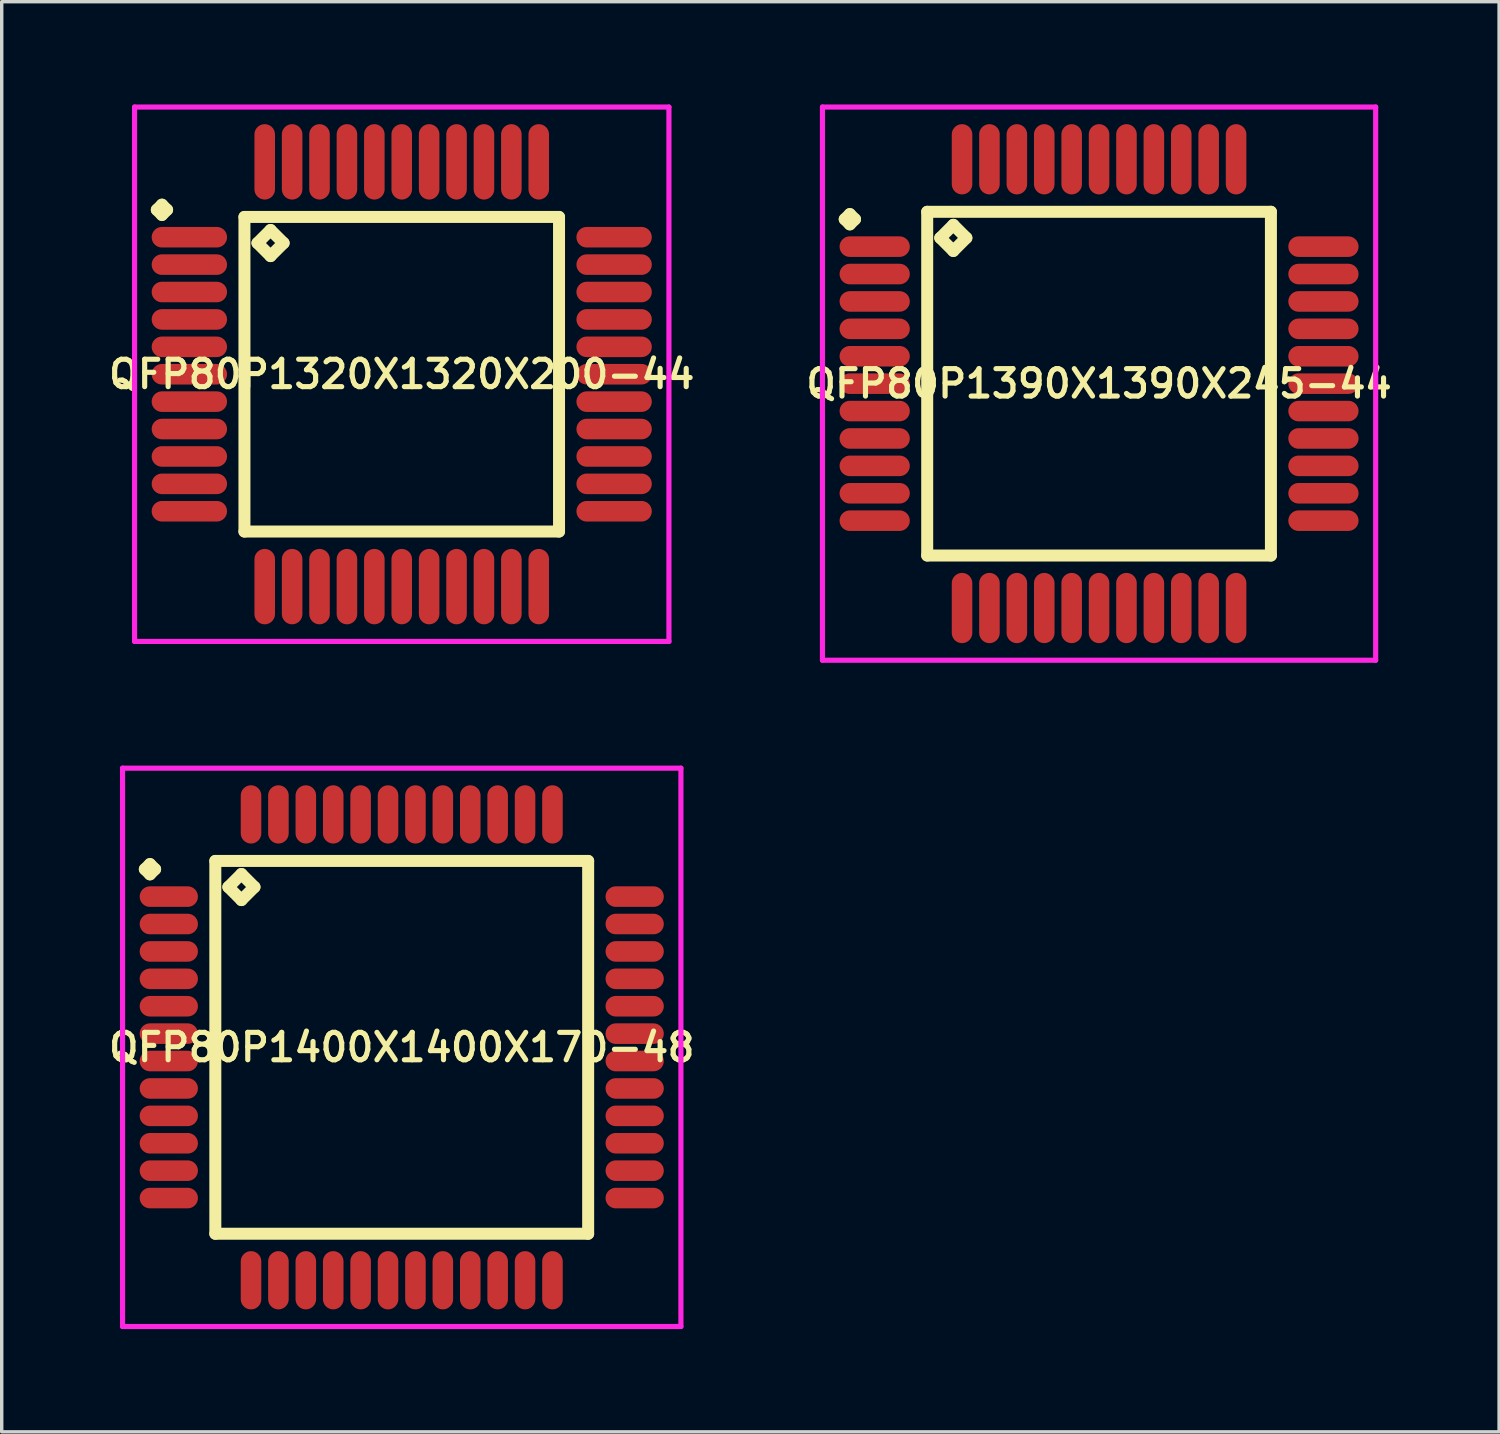
<source format=kicad_pcb>
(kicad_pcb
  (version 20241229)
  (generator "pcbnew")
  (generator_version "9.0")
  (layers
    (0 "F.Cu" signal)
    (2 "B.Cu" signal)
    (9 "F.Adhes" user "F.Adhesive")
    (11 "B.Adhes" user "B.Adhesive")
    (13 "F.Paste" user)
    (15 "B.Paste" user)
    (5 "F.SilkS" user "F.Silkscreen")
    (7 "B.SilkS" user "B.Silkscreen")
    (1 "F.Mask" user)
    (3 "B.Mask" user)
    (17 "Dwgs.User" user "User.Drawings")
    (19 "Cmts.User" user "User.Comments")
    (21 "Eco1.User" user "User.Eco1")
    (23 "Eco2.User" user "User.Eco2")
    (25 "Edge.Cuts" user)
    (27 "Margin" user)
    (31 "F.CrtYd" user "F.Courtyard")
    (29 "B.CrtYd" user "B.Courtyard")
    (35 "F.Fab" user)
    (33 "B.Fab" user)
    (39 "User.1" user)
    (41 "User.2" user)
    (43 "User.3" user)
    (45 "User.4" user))
  (footprint "QFP80P1400X1400X170-48"
    (layer "F.Cu")
    (at 8.678 27.525)
    (property "Reference" "QFP80P1400X1400X170-48" (at 0 0 0) (layer "F.SilkS") (effects (font (size 0.8 0.8) (thickness 0.15))))
    (attr smd)
    (fp_line (start -7.5 -5.2) (end -7.35 -5.35) (stroke (width 0.35) (type solid)) (layer "F.SilkS"))
    (fp_line (start -7.35 -5.35) (end -7.2 -5.2) (stroke (width 0.35) (type solid)) (layer "F.SilkS"))
    (fp_line (start -7.35 -5.05) (end -7.5 -5.2) (stroke (width 0.35) (type solid)) (layer "F.SilkS"))
    (fp_line (start -7.2 -5.2) (end -7.35 -5.05) (stroke (width 0.35) (type solid)) (layer "F.SilkS"))
    (fp_line (start -5.442 -5.442) (end -5.442 5.442) (stroke (width 0.35) (type solid)) (layer "F.SilkS"))
    (fp_line (start -5.442 5.442) (end 5.442 5.442) (stroke (width 0.35) (type solid)) (layer "F.SilkS"))
    (fp_line (start -5.061 -4.68) (end -4.68 -5.061) (stroke (width 0.35) (type solid)) (layer "F.SilkS"))
    (fp_line (start -4.68 -5.061) (end -4.299 -4.68) (stroke (width 0.35) (type solid)) (layer "F.SilkS"))
    (fp_line (start -4.68 -4.299) (end -5.061 -4.68) (stroke (width 0.35) (type solid)) (layer "F.SilkS"))
    (fp_line (start -4.299 -4.68) (end -4.68 -4.299) (stroke (width 0.35) (type solid)) (layer "F.SilkS"))
    (fp_line (start 5.442 -5.442) (end -5.442 -5.442) (stroke (width 0.35) (type solid)) (layer "F.SilkS"))
    (fp_line (start 5.442 5.442) (end 5.442 -5.442) (stroke (width 0.35) (type solid)) (layer "F.SilkS"))
    (fp_line (start -8.15 -8.15) (end 8.15 -8.15) (stroke (width 0.15) (type solid)) (layer "F.CrtYd"))
    (fp_line (start -8.15 8.15) (end -8.15 -8.15) (stroke (width 0.15) (type solid)) (layer "F.CrtYd"))
    (fp_line (start 8.15 -8.15) (end 8.15 8.15) (stroke (width 0.15) (type solid)) (layer "F.CrtYd"))
    (fp_line (start 8.15 8.15) (end -8.15 8.15) (stroke (width 0.15) (type solid)) (layer "F.CrtYd"))
    (pad "1" smd oval (at -6.8 -4.4) (size 1.7 0.6) (layers "F.Cu" "F.Mask" "F.Paste"))
    (pad "2" smd oval (at -6.8 -3.6) (size 1.7 0.6) (layers "F.Cu" "F.Mask" "F.Paste"))
    (pad "3" smd oval (at -6.8 -2.8) (size 1.7 0.6) (layers "F.Cu" "F.Mask" "F.Paste"))
    (pad "4" smd oval (at -6.8 -2) (size 1.7 0.6) (layers "F.Cu" "F.Mask" "F.Paste"))
    (pad "5" smd oval (at -6.8 -1.2) (size 1.7 0.6) (layers "F.Cu" "F.Mask" "F.Paste"))
    (pad "6" smd oval (at -6.8 -0.4) (size 1.7 0.6) (layers "F.Cu" "F.Mask" "F.Paste"))
    (pad "7" smd oval (at -6.8 0.4) (size 1.7 0.6) (layers "F.Cu" "F.Mask" "F.Paste"))
    (pad "8" smd oval (at -6.8 1.2) (size 1.7 0.6) (layers "F.Cu" "F.Mask" "F.Paste"))
    (pad "9" smd oval (at -6.8 2) (size 1.7 0.6) (layers "F.Cu" "F.Mask" "F.Paste"))
    (pad "10" smd oval (at -6.8 2.8) (size 1.7 0.6) (layers "F.Cu" "F.Mask" "F.Paste"))
    (pad "11" smd oval (at -6.8 3.6) (size 1.7 0.6) (layers "F.Cu" "F.Mask" "F.Paste"))
    (pad "12" smd oval (at -6.8 4.4) (size 1.7 0.6) (layers "F.Cu" "F.Mask" "F.Paste"))
    (pad "13" smd oval (at -4.4 6.8) (size 0.6 1.7) (layers "F.Cu" "F.Mask" "F.Paste"))
    (pad "14" smd oval (at -3.6 6.8) (size 0.6 1.7) (layers "F.Cu" "F.Mask" "F.Paste"))
    (pad "15" smd oval (at -2.8 6.8) (size 0.6 1.7) (layers "F.Cu" "F.Mask" "F.Paste"))
    (pad "16" smd oval (at -2 6.8) (size 0.6 1.7) (layers "F.Cu" "F.Mask" "F.Paste"))
    (pad "17" smd oval (at -1.2 6.8) (size 0.6 1.7) (layers "F.Cu" "F.Mask" "F.Paste"))
    (pad "18" smd oval (at -0.4 6.8) (size 0.6 1.7) (layers "F.Cu" "F.Mask" "F.Paste"))
    (pad "19" smd oval (at 0.4 6.8) (size 0.6 1.7) (layers "F.Cu" "F.Mask" "F.Paste"))
    (pad "20" smd oval (at 1.2 6.8) (size 0.6 1.7) (layers "F.Cu" "F.Mask" "F.Paste"))
    (pad "21" smd oval (at 2 6.8) (size 0.6 1.7) (layers "F.Cu" "F.Mask" "F.Paste"))
    (pad "22" smd oval (at 2.8 6.8) (size 0.6 1.7) (layers "F.Cu" "F.Mask" "F.Paste"))
    (pad "23" smd oval (at 3.6 6.8) (size 0.6 1.7) (layers "F.Cu" "F.Mask" "F.Paste"))
    (pad "24" smd oval (at 4.4 6.8) (size 0.6 1.7) (layers "F.Cu" "F.Mask" "F.Paste"))
    (pad "25" smd oval (at 6.8 4.4) (size 1.7 0.6) (layers "F.Cu" "F.Mask" "F.Paste"))
    (pad "26" smd oval (at 6.8 3.6) (size 1.7 0.6) (layers "F.Cu" "F.Mask" "F.Paste"))
    (pad "27" smd oval (at 6.8 2.8) (size 1.7 0.6) (layers "F.Cu" "F.Mask" "F.Paste"))
    (pad "28" smd oval (at 6.8 2) (size 1.7 0.6) (layers "F.Cu" "F.Mask" "F.Paste"))
    (pad "29" smd oval (at 6.8 1.2) (size 1.7 0.6) (layers "F.Cu" "F.Mask" "F.Paste"))
    (pad "30" smd oval (at 6.8 0.4) (size 1.7 0.6) (layers "F.Cu" "F.Mask" "F.Paste"))
    (pad "31" smd oval (at 6.8 -0.4) (size 1.7 0.6) (layers "F.Cu" "F.Mask" "F.Paste"))
    (pad "32" smd oval (at 6.8 -1.2) (size 1.7 0.6) (layers "F.Cu" "F.Mask" "F.Paste"))
    (pad "33" smd oval (at 6.8 -2) (size 1.7 0.6) (layers "F.Cu" "F.Mask" "F.Paste"))
    (pad "34" smd oval (at 6.8 -2.8) (size 1.7 0.6) (layers "F.Cu" "F.Mask" "F.Paste"))
    (pad "35" smd oval (at 6.8 -3.6) (size 1.7 0.6) (layers "F.Cu" "F.Mask" "F.Paste"))
    (pad "36" smd oval (at 6.8 -4.4) (size 1.7 0.6) (layers "F.Cu" "F.Mask" "F.Paste"))
    (pad "37" smd oval (at 4.4 -6.8) (size 0.6 1.7) (layers "F.Cu" "F.Mask" "F.Paste"))
    (pad "38" smd oval (at 3.6 -6.8) (size 0.6 1.7) (layers "F.Cu" "F.Mask" "F.Paste"))
    (pad "39" smd oval (at 2.8 -6.8) (size 0.6 1.7) (layers "F.Cu" "F.Mask" "F.Paste"))
    (pad "40" smd oval (at 2 -6.8) (size 0.6 1.7) (layers "F.Cu" "F.Mask" "F.Paste"))
    (pad "41" smd oval (at 1.2 -6.8) (size 0.6 1.7) (layers "F.Cu" "F.Mask" "F.Paste"))
    (pad "42" smd oval (at 0.4 -6.8) (size 0.6 1.7) (layers "F.Cu" "F.Mask" "F.Paste"))
    (pad "43" smd oval (at -0.4 -6.8) (size 0.6 1.7) (layers "F.Cu" "F.Mask" "F.Paste"))
    (pad "44" smd oval (at -1.2 -6.8) (size 0.6 1.7) (layers "F.Cu" "F.Mask" "F.Paste"))
    (pad "45" smd oval (at -2 -6.8) (size 0.6 1.7) (layers "F.Cu" "F.Mask" "F.Paste"))
    (pad "46" smd oval (at -2.8 -6.8) (size 0.6 1.7) (layers "F.Cu" "F.Mask" "F.Paste"))
    (pad "47" smd oval (at -3.6 -6.8) (size 0.6 1.7) (layers "F.Cu" "F.Mask" "F.Paste"))
    (pad "48" smd oval (at -4.4 -6.8) (size 0.6 1.7) (layers "F.Cu" "F.Mask" "F.Paste")))
  (footprint "QFP80P1390X1390X245-44"
    (layer "F.Cu")
    (at 29.035 8.15)
    (property "Reference" "QFP80P1390X1390X245-44" (at 0 0 0) (layer "F.SilkS") (effects (font (size 0.8 0.8) (thickness 0.15))))
    (attr through_hole)
    (fp_line (start -7.425 -4.8) (end -7.275 -4.95) (stroke (width 0.35) (type solid)) (layer "F.SilkS"))
    (fp_line (start -7.275 -4.95) (end -7.125 -4.8) (stroke (width 0.35) (type solid)) (layer "F.SilkS"))
    (fp_line (start -7.275 -4.65) (end -7.425 -4.8) (stroke (width 0.35) (type solid)) (layer "F.SilkS"))
    (fp_line (start -7.125 -4.8) (end -7.275 -4.65) (stroke (width 0.35) (type solid)) (layer "F.SilkS"))
    (fp_line (start -5.017 -5.017) (end -5.017 5.017) (stroke (width 0.35) (type solid)) (layer "F.SilkS"))
    (fp_line (start -5.017 5.017) (end 5.017 5.017) (stroke (width 0.35) (type solid)) (layer "F.SilkS"))
    (fp_line (start -4.636 -4.255) (end -4.255 -4.636) (stroke (width 0.35) (type solid)) (layer "F.SilkS"))
    (fp_line (start -4.255 -4.636) (end -3.874 -4.255) (stroke (width 0.35) (type solid)) (layer "F.SilkS"))
    (fp_line (start -4.255 -3.874) (end -4.636 -4.255) (stroke (width 0.35) (type solid)) (layer "F.SilkS"))
    (fp_line (start -3.874 -4.255) (end -4.255 -3.874) (stroke (width 0.35) (type solid)) (layer "F.SilkS"))
    (fp_line (start 5.017 -5.017) (end -5.017 -5.017) (stroke (width 0.35) (type solid)) (layer "F.SilkS"))
    (fp_line (start 5.017 5.017) (end 5.017 -5.017) (stroke (width 0.35) (type solid)) (layer "F.SilkS"))
    (fp_line (start -8.075 -8.075) (end 8.075 -8.075) (stroke (width 0.15) (type solid)) (layer "F.CrtYd"))
    (fp_line (start -8.075 8.075) (end -8.075 -8.075) (stroke (width 0.15) (type solid)) (layer "F.CrtYd"))
    (fp_line (start 8.075 -8.075) (end 8.075 8.075) (stroke (width 0.15) (type solid)) (layer "F.CrtYd"))
    (fp_line (start 8.075 8.075) (end -8.075 8.075) (stroke (width 0.15) (type solid)) (layer "F.CrtYd"))
    (pad "1" smd oval (at -6.55 -4) (size 2.05 0.6) (layers "F.Cu" "F.Mask" "F.Paste"))
    (pad "2" smd oval (at -6.55 -3.2) (size 2.05 0.6) (layers "F.Cu" "F.Mask" "F.Paste"))
    (pad "3" smd oval (at -6.55 -2.4) (size 2.05 0.6) (layers "F.Cu" "F.Mask" "F.Paste"))
    (pad "4" smd oval (at -6.55 -1.6) (size 2.05 0.6) (layers "F.Cu" "F.Mask" "F.Paste"))
    (pad "5" smd oval (at -6.55 -0.8) (size 2.05 0.6) (layers "F.Cu" "F.Mask" "F.Paste"))
    (pad "6" smd oval (at -6.55 0) (size 2.05 0.6) (layers "F.Cu" "F.Mask" "F.Paste"))
    (pad "7" smd oval (at -6.55 0.8) (size 2.05 0.6) (layers "F.Cu" "F.Mask" "F.Paste"))
    (pad "8" smd oval (at -6.55 1.6) (size 2.05 0.6) (layers "F.Cu" "F.Mask" "F.Paste"))
    (pad "9" smd oval (at -6.55 2.4) (size 2.05 0.6) (layers "F.Cu" "F.Mask" "F.Paste"))
    (pad "10" smd oval (at -6.55 3.2) (size 2.05 0.6) (layers "F.Cu" "F.Mask" "F.Paste"))
    (pad "11" smd oval (at -6.55 4) (size 2.05 0.6) (layers "F.Cu" "F.Mask" "F.Paste"))
    (pad "12" smd oval (at -4 6.55) (size 0.6 2.05) (layers "F.Cu" "F.Mask" "F.Paste"))
    (pad "13" smd oval (at -3.2 6.55) (size 0.6 2.05) (layers "F.Cu" "F.Mask" "F.Paste"))
    (pad "14" smd oval (at -2.4 6.55) (size 0.6 2.05) (layers "F.Cu" "F.Mask" "F.Paste"))
    (pad "15" smd oval (at -1.6 6.55) (size 0.6 2.05) (layers "F.Cu" "F.Mask" "F.Paste"))
    (pad "16" smd oval (at -0.8 6.55) (size 0.6 2.05) (layers "F.Cu" "F.Mask" "F.Paste"))
    (pad "17" smd oval (at 0 6.55) (size 0.6 2.05) (layers "F.Cu" "F.Mask" "F.Paste"))
    (pad "18" smd oval (at 0.8 6.55) (size 0.6 2.05) (layers "F.Cu" "F.Mask" "F.Paste"))
    (pad "19" smd oval (at 1.6 6.55) (size 0.6 2.05) (layers "F.Cu" "F.Mask" "F.Paste"))
    (pad "20" smd oval (at 2.4 6.55) (size 0.6 2.05) (layers "F.Cu" "F.Mask" "F.Paste"))
    (pad "21" smd oval (at 3.2 6.55) (size 0.6 2.05) (layers "F.Cu" "F.Mask" "F.Paste"))
    (pad "22" smd oval (at 4 6.55) (size 0.6 2.05) (layers "F.Cu" "F.Mask" "F.Paste"))
    (pad "23" smd oval (at 6.55 4) (size 2.05 0.6) (layers "F.Cu" "F.Mask" "F.Paste"))
    (pad "24" smd oval (at 6.55 3.2) (size 2.05 0.6) (layers "F.Cu" "F.Mask" "F.Paste"))
    (pad "25" smd oval (at 6.55 2.4) (size 2.05 0.6) (layers "F.Cu" "F.Mask" "F.Paste"))
    (pad "26" smd oval (at 6.55 1.6) (size 2.05 0.6) (layers "F.Cu" "F.Mask" "F.Paste"))
    (pad "27" smd oval (at 6.55 0.8) (size 2.05 0.6) (layers "F.Cu" "F.Mask" "F.Paste"))
    (pad "28" smd oval (at 6.55 0) (size 2.05 0.6) (layers "F.Cu" "F.Mask" "F.Paste"))
    (pad "29" smd oval (at 6.55 -0.8) (size 2.05 0.6) (layers "F.Cu" "F.Mask" "F.Paste"))
    (pad "30" smd oval (at 6.55 -1.6) (size 2.05 0.6) (layers "F.Cu" "F.Mask" "F.Paste"))
    (pad "31" smd oval (at 6.55 -2.4) (size 2.05 0.6) (layers "F.Cu" "F.Mask" "F.Paste"))
    (pad "32" smd oval (at 6.55 -3.2) (size 2.05 0.6) (layers "F.Cu" "F.Mask" "F.Paste"))
    (pad "33" smd oval (at 6.55 -4) (size 2.05 0.6) (layers "F.Cu" "F.Mask" "F.Paste"))
    (pad "34" smd oval (at 4 -6.55) (size 0.6 2.05) (layers "F.Cu" "F.Mask" "F.Paste"))
    (pad "35" smd oval (at 3.2 -6.55) (size 0.6 2.05) (layers "F.Cu" "F.Mask" "F.Paste"))
    (pad "36" smd oval (at 2.4 -6.55) (size 0.6 2.05) (layers "F.Cu" "F.Mask" "F.Paste"))
    (pad "37" smd oval (at 1.6 -6.55) (size 0.6 2.05) (layers "F.Cu" "F.Mask" "F.Paste"))
    (pad "38" smd oval (at 0.8 -6.55) (size 0.6 2.05) (layers "F.Cu" "F.Mask" "F.Paste"))
    (pad "39" smd oval (at 0 -6.55) (size 0.6 2.05) (layers "F.Cu" "F.Mask" "F.Paste"))
    (pad "40" smd oval (at -0.8 -6.55) (size 0.6 2.05) (layers "F.Cu" "F.Mask" "F.Paste"))
    (pad "41" smd oval (at -1.6 -6.55) (size 0.6 2.05) (layers "F.Cu" "F.Mask" "F.Paste"))
    (pad "42" smd oval (at -2.4 -6.55) (size 0.6 2.05) (layers "F.Cu" "F.Mask" "F.Paste"))
    (pad "43" smd oval (at -3.2 -6.55) (size 0.6 2.05) (layers "F.Cu" "F.Mask" "F.Paste"))
    (pad "44" smd oval (at -4 -6.55) (size 0.6 2.05) (layers "F.Cu" "F.Mask" "F.Paste")))
  (footprint "QFP80P1320X1320X200-44"
    (layer "F.Cu")
    (at 8.678 7.875)
    (property "Reference" "QFP80P1320X1320X200-44" (at 0 0 0) (layer "F.SilkS") (effects (font (size 0.8 0.8) (thickness 0.15))))
    (attr smd)
    (fp_line (start -7.15 -4.8) (end -7 -4.95) (stroke (width 0.35) (type solid)) (layer "F.SilkS"))
    (fp_line (start -7 -4.95) (end -6.85 -4.8) (stroke (width 0.35) (type solid)) (layer "F.SilkS"))
    (fp_line (start -7 -4.65) (end -7.15 -4.8) (stroke (width 0.35) (type solid)) (layer "F.SilkS"))
    (fp_line (start -6.85 -4.8) (end -7 -4.65) (stroke (width 0.35) (type solid)) (layer "F.SilkS"))
    (fp_line (start -4.592 -4.592) (end -4.592 4.592) (stroke (width 0.35) (type solid)) (layer "F.SilkS"))
    (fp_line (start -4.592 4.592) (end 4.592 4.592) (stroke (width 0.35) (type solid)) (layer "F.SilkS"))
    (fp_line (start -4.211 -3.83) (end -3.83 -4.211) (stroke (width 0.35) (type solid)) (layer "F.SilkS"))
    (fp_line (start -3.83 -4.211) (end -3.449 -3.83) (stroke (width 0.35) (type solid)) (layer "F.SilkS"))
    (fp_line (start -3.83 -3.449) (end -4.211 -3.83) (stroke (width 0.35) (type solid)) (layer "F.SilkS"))
    (fp_line (start -3.449 -3.83) (end -3.83 -3.449) (stroke (width 0.35) (type solid)) (layer "F.SilkS"))
    (fp_line (start 4.592 -4.592) (end -4.592 -4.592) (stroke (width 0.35) (type solid)) (layer "F.SilkS"))
    (fp_line (start 4.592 4.592) (end 4.592 -4.592) (stroke (width 0.35) (type solid)) (layer "F.SilkS"))
    (fp_line (start -7.8 -7.8) (end 7.8 -7.8) (stroke (width 0.15) (type solid)) (layer "F.CrtYd"))
    (fp_line (start -7.8 7.8) (end -7.8 -7.8) (stroke (width 0.15) (type solid)) (layer "F.CrtYd"))
    (fp_line (start 7.8 -7.8) (end 7.8 7.8) (stroke (width 0.15) (type solid)) (layer "F.CrtYd"))
    (fp_line (start 7.8 7.8) (end -7.8 7.8) (stroke (width 0.15) (type solid)) (layer "F.CrtYd"))
    (pad "1" smd oval (at -6.2 -4) (size 2.2 0.6) (layers "F.Cu" "F.Mask" "F.Paste"))
    (pad "2" smd oval (at -6.2 -3.2) (size 2.2 0.6) (layers "F.Cu" "F.Mask" "F.Paste"))
    (pad "3" smd oval (at -6.2 -2.4) (size 2.2 0.6) (layers "F.Cu" "F.Mask" "F.Paste"))
    (pad "4" smd oval (at -6.2 -1.6) (size 2.2 0.6) (layers "F.Cu" "F.Mask" "F.Paste"))
    (pad "5" smd oval (at -6.2 -0.8) (size 2.2 0.6) (layers "F.Cu" "F.Mask" "F.Paste"))
    (pad "6" smd oval (at -6.2 0) (size 2.2 0.6) (layers "F.Cu" "F.Mask" "F.Paste"))
    (pad "7" smd oval (at -6.2 0.8) (size 2.2 0.6) (layers "F.Cu" "F.Mask" "F.Paste"))
    (pad "8" smd oval (at -6.2 1.6) (size 2.2 0.6) (layers "F.Cu" "F.Mask" "F.Paste"))
    (pad "9" smd oval (at -6.2 2.4) (size 2.2 0.6) (layers "F.Cu" "F.Mask" "F.Paste"))
    (pad "10" smd oval (at -6.2 3.2) (size 2.2 0.6) (layers "F.Cu" "F.Mask" "F.Paste"))
    (pad "11" smd oval (at -6.2 4) (size 2.2 0.6) (layers "F.Cu" "F.Mask" "F.Paste"))
    (pad "12" smd oval (at -4 6.2) (size 0.6 2.2) (layers "F.Cu" "F.Mask" "F.Paste"))
    (pad "13" smd oval (at -3.2 6.2) (size 0.6 2.2) (layers "F.Cu" "F.Mask" "F.Paste"))
    (pad "14" smd oval (at -2.4 6.2) (size 0.6 2.2) (layers "F.Cu" "F.Mask" "F.Paste"))
    (pad "15" smd oval (at -1.6 6.2) (size 0.6 2.2) (layers "F.Cu" "F.Mask" "F.Paste"))
    (pad "16" smd oval (at -0.8 6.2) (size 0.6 2.2) (layers "F.Cu" "F.Mask" "F.Paste"))
    (pad "17" smd oval (at 0 6.2) (size 0.6 2.2) (layers "F.Cu" "F.Mask" "F.Paste"))
    (pad "18" smd oval (at 0.8 6.2) (size 0.6 2.2) (layers "F.Cu" "F.Mask" "F.Paste"))
    (pad "19" smd oval (at 1.6 6.2) (size 0.6 2.2) (layers "F.Cu" "F.Mask" "F.Paste"))
    (pad "20" smd oval (at 2.4 6.2) (size 0.6 2.2) (layers "F.Cu" "F.Mask" "F.Paste"))
    (pad "21" smd oval (at 3.2 6.2) (size 0.6 2.2) (layers "F.Cu" "F.Mask" "F.Paste"))
    (pad "22" smd oval (at 4 6.2) (size 0.6 2.2) (layers "F.Cu" "F.Mask" "F.Paste"))
    (pad "23" smd oval (at 6.2 4) (size 2.2 0.6) (layers "F.Cu" "F.Mask" "F.Paste"))
    (pad "24" smd oval (at 6.2 3.2) (size 2.2 0.6) (layers "F.Cu" "F.Mask" "F.Paste"))
    (pad "25" smd oval (at 6.2 2.4) (size 2.2 0.6) (layers "F.Cu" "F.Mask" "F.Paste"))
    (pad "26" smd oval (at 6.2 1.6) (size 2.2 0.6) (layers "F.Cu" "F.Mask" "F.Paste"))
    (pad "27" smd oval (at 6.2 0.8) (size 2.2 0.6) (layers "F.Cu" "F.Mask" "F.Paste"))
    (pad "28" smd oval (at 6.2 0) (size 2.2 0.6) (layers "F.Cu" "F.Mask" "F.Paste"))
    (pad "29" smd oval (at 6.2 -0.8) (size 2.2 0.6) (layers "F.Cu" "F.Mask" "F.Paste"))
    (pad "30" smd oval (at 6.2 -1.6) (size 2.2 0.6) (layers "F.Cu" "F.Mask" "F.Paste"))
    (pad "31" smd oval (at 6.2 -2.4) (size 2.2 0.6) (layers "F.Cu" "F.Mask" "F.Paste"))
    (pad "32" smd oval (at 6.2 -3.2) (size 2.2 0.6) (layers "F.Cu" "F.Mask" "F.Paste"))
    (pad "33" smd oval (at 6.2 -4) (size 2.2 0.6) (layers "F.Cu" "F.Mask" "F.Paste"))
    (pad "34" smd oval (at 4 -6.2) (size 0.6 2.2) (layers "F.Cu" "F.Mask" "F.Paste"))
    (pad "35" smd oval (at 3.2 -6.2) (size 0.6 2.2) (layers "F.Cu" "F.Mask" "F.Paste"))
    (pad "36" smd oval (at 2.4 -6.2) (size 0.6 2.2) (layers "F.Cu" "F.Mask" "F.Paste"))
    (pad "37" smd oval (at 1.6 -6.2) (size 0.6 2.2) (layers "F.Cu" "F.Mask" "F.Paste"))
    (pad "38" smd oval (at 0.8 -6.2) (size 0.6 2.2) (layers "F.Cu" "F.Mask" "F.Paste"))
    (pad "39" smd oval (at 0 -6.2) (size 0.6 2.2) (layers "F.Cu" "F.Mask" "F.Paste"))
    (pad "40" smd oval (at -0.8 -6.2) (size 0.6 2.2) (layers "F.Cu" "F.Mask" "F.Paste"))
    (pad "41" smd oval (at -1.6 -6.2) (size 0.6 2.2) (layers "F.Cu" "F.Mask" "F.Paste"))
    (pad "42" smd oval (at -2.4 -6.2) (size 0.6 2.2) (layers "F.Cu" "F.Mask" "F.Paste"))
    (pad "43" smd oval (at -3.2 -6.2) (size 0.6 2.2) (layers "F.Cu" "F.Mask" "F.Paste"))
    (pad "44" smd oval (at -4 -6.2) (size 0.6 2.2) (layers "F.Cu" "F.Mask" "F.Paste")))
  (gr_rect
    (start -3 -3)
    (end 40.713 38.75)
    (stroke (width 0.1) (type default))
    (fill no)
    (layer "Edge.Cuts")))
</source>
